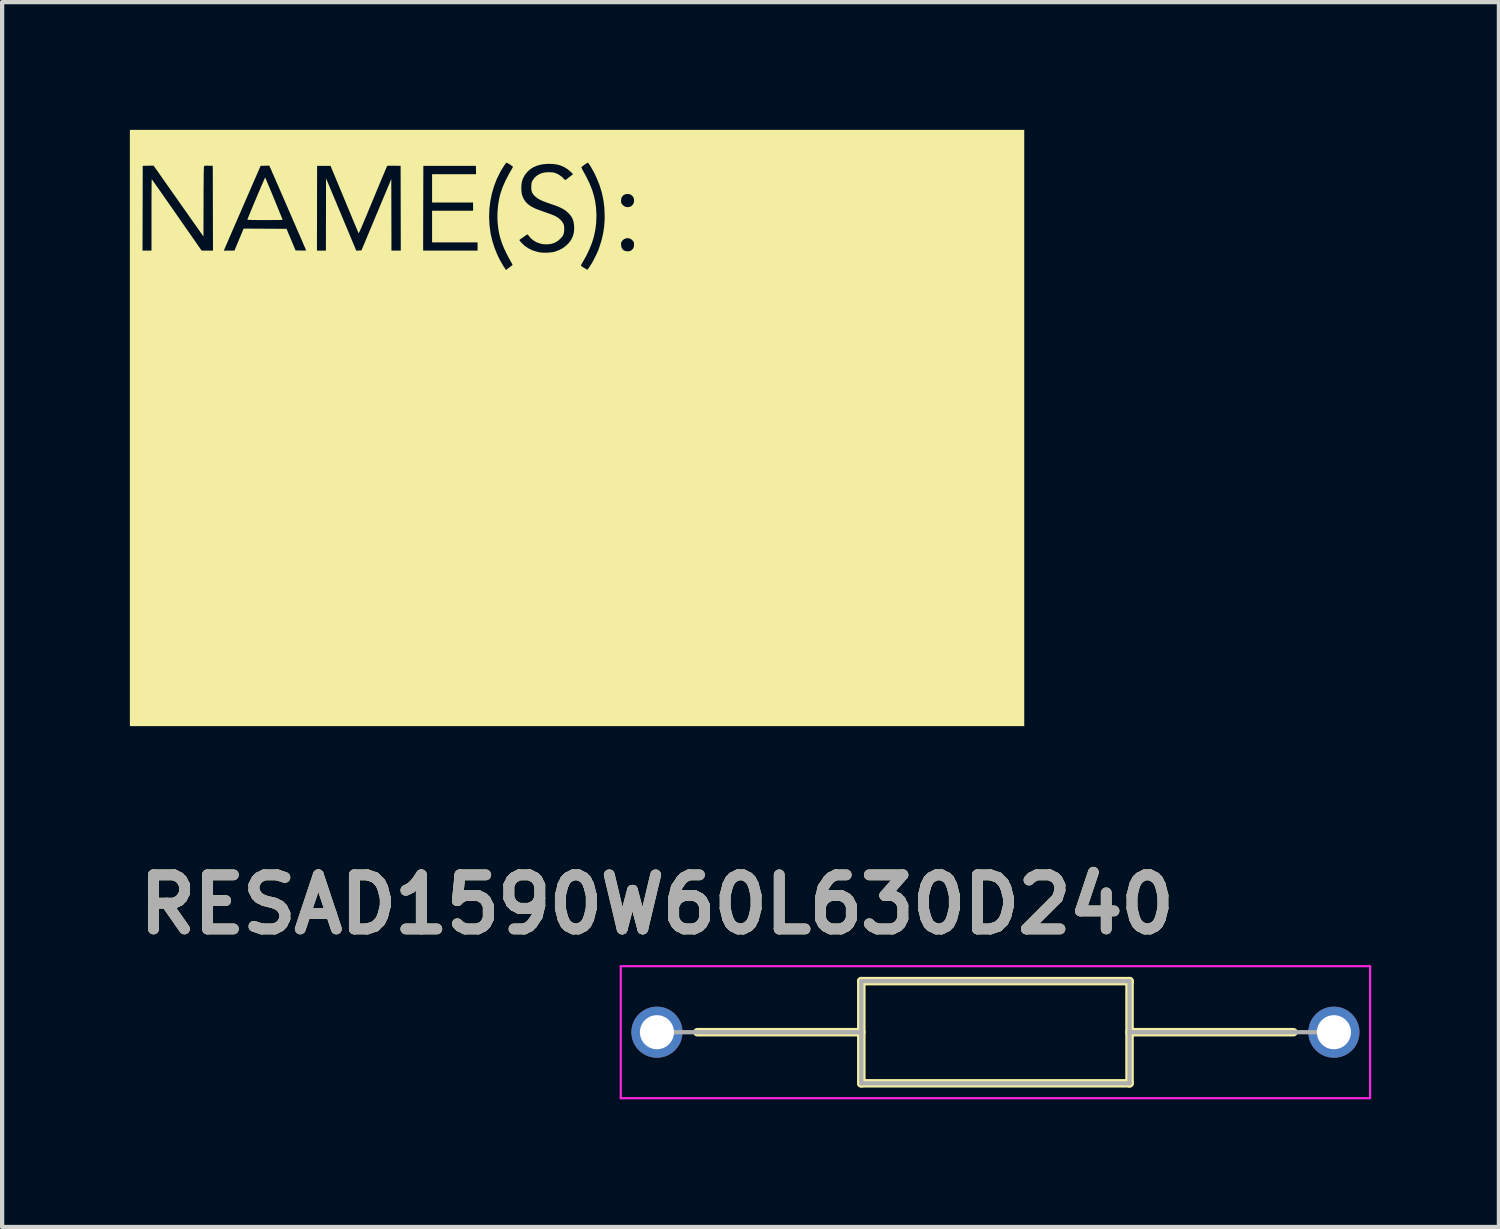
<source format=kicad_pcb>
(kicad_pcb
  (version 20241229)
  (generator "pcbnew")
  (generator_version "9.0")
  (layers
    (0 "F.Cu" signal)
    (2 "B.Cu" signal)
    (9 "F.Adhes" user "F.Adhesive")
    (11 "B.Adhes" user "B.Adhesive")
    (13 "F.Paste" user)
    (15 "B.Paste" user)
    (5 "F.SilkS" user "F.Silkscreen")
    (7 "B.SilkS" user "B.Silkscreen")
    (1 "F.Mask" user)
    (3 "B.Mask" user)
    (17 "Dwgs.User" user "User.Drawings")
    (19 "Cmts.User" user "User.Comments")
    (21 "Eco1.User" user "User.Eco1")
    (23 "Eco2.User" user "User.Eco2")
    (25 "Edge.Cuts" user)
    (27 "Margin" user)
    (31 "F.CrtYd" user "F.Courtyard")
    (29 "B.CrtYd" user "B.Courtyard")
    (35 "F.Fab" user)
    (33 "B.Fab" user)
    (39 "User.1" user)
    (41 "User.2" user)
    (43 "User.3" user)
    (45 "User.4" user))
  (footprint "name_plate"
    (layer "F.Cu")
    (at 10.503 7.002)
    (property "Reference" "name_plate" (at 0 0 0) (layer "F.SilkS") (effects (font (size 1.524 1.524) (thickness 0.3))))
    (attr board_only exclude_from_pos_files exclude_from_bom)
    (fp_poly (pts (xy -7.321 -5.875) (xy -7.311 -5.852) (xy -7.295 -5.816) (xy -7.276 -5.768) (xy -7.252 -5.712) (xy -7.225 -5.648) (xy -7.196 -5.577) (xy -7.165 -5.503) (xy -7.133 -5.426) (xy -7.101 -5.348) (xy -7.07 -5.271) (xy -7.039 -5.196) (xy -7.01 -5.126) (xy -6.984 -5.061) (xy -6.961 -5.005) (xy -6.942 -4.957) (xy -6.927 -4.921) (xy -6.918 -4.897) (xy -6.915 -4.888) (xy -6.923 -4.888) (xy -6.947 -4.887) (xy -6.986 -4.886) (xy -7.036 -4.885) (xy -7.098 -4.885) (xy -7.168 -4.884) (xy -7.246 -4.884) (xy -7.33 -4.884) (xy -7.331 -4.884) (xy -7.431 -4.884) (xy -7.514 -4.884) (xy -7.583 -4.885) (xy -7.637 -4.886) (xy -7.679 -4.887) (xy -7.709 -4.888) (xy -7.729 -4.89) (xy -7.74 -4.892) (xy -7.744 -4.894) (xy -7.744 -4.895) (xy -7.726 -4.939) (xy -7.704 -4.993) (xy -7.678 -5.056) (xy -7.65 -5.125) (xy -7.619 -5.199) (xy -7.587 -5.276) (xy -7.553 -5.356) (xy -7.52 -5.435) (xy -7.487 -5.513) (xy -7.455 -5.587) (xy -7.426 -5.657) (xy -7.398 -5.72) (xy -7.374 -5.776) (xy -7.354 -5.821) (xy -7.339 -5.856) (xy -7.329 -5.877) (xy -7.325 -5.884)) (stroke (width 0) (type solid)) (fill yes) (layer "F.SilkS"))
    (fp_poly (pts (xy 10.503 7.002) (xy -10.503 7.002) (xy -10.503 -4.166) (xy -10.206 -4.166) (xy -9.995 -4.166) (xy -9.995 -5.007) (xy -9.995 -5.127) (xy -9.995 -5.241) (xy -9.995 -5.349) (xy -9.994 -5.45) (xy -9.994 -5.541) (xy -9.993 -5.623) (xy -9.993 -5.694) (xy -9.992 -5.753) (xy -9.991 -5.798) (xy -9.99 -5.828) (xy -9.989 -5.843) (xy -9.989 -5.844) (xy -9.983 -5.836) (xy -9.968 -5.815) (xy -9.944 -5.781) (xy -9.912 -5.736) (xy -9.873 -5.68) (xy -9.826 -5.614) (xy -9.774 -5.539) (xy -9.716 -5.456) (xy -9.653 -5.366) (xy -9.585 -5.269) (xy -9.514 -5.167) (xy -9.44 -5.061) (xy -9.4 -5.003) (xy -8.818 -4.167) (xy -8.551 -4.166) (xy -8.297 -4.166) (xy -8.047 -4.166) (xy -6.109 -4.166) (xy -5.899 -4.166) (xy -5.897 -5.015) (xy -5.895 -5.863) (xy -5.186 -4.166) (xy -5.064 -4.171) (xy -4.363 -5.847) (xy -4.359 -4.166) (xy -4.14 -4.166) (xy -3.615 -4.166) (xy -2.337 -4.166) (xy -2.337 -4.359) (xy -3.405 -4.359) (xy -3.405 -4.947) (xy -2.066 -4.947) (xy -2.056 -4.759) (xy -2.031 -4.574) (xy -2.023 -4.534) (xy -1.987 -4.385) (xy -1.939 -4.235) (xy -1.881 -4.089) (xy -1.815 -3.95) (xy -1.742 -3.822) (xy -1.72 -3.787) (xy -1.669 -3.711) (xy -1.642 -3.731) (xy -1.621 -3.747) (xy -1.592 -3.769) (xy -1.565 -3.789) (xy -1.54 -3.808) (xy -1.538 -3.81) (xy 0.091 -3.81) (xy 0.104 -3.799) (xy 0.127 -3.784) (xy 0.155 -3.766) (xy 0.185 -3.749) (xy 0.213 -3.733) (xy 0.234 -3.722) (xy 0.245 -3.718) (xy 0.246 -3.718) (xy 0.253 -3.727) (xy 0.267 -3.748) (xy 0.287 -3.777) (xy 0.309 -3.811) (xy 0.348 -3.872) (xy 0.389 -3.946) (xy 0.429 -4.025) (xy 0.467 -4.105) (xy 0.5 -4.18) (xy 0.519 -4.232) (xy 0.546 -4.317) (xy 1.034 -4.317) (xy 1.034 -4.297) (xy 1.044 -4.242) (xy 1.066 -4.199) (xy 1.1 -4.17) (xy 1.146 -4.153) (xy 1.184 -4.149) (xy 1.217 -4.152) (xy 1.247 -4.158) (xy 1.255 -4.161) (xy 1.279 -4.176) (xy 1.303 -4.198) (xy 1.309 -4.206) (xy 1.324 -4.229) (xy 1.333 -4.253) (xy 1.337 -4.286) (xy 1.337 -4.297) (xy 1.338 -4.331) (xy 1.335 -4.354) (xy 1.327 -4.373) (xy 1.32 -4.384) (xy 1.283 -4.425) (xy 1.239 -4.45) (xy 1.191 -4.459) (xy 1.152 -4.455) (xy 1.106 -4.437) (xy 1.068 -4.405) (xy 1.052 -4.384) (xy 1.04 -4.365) (xy 1.035 -4.345) (xy 1.034 -4.317) (xy 0.546 -4.317) (xy 0.572 -4.398) (xy 0.61 -4.559) (xy 0.635 -4.72) (xy 0.648 -4.884) (xy 0.649 -4.971) (xy 0.642 -5.165) (xy 0.624 -5.315) (xy 1.034 -5.315) (xy 1.037 -5.291) (xy 1.045 -5.272) (xy 1.052 -5.261) (xy 1.089 -5.221) (xy 1.133 -5.196) (xy 1.181 -5.186) (xy 1.231 -5.192) (xy 1.262 -5.204) (xy 1.293 -5.228) (xy 1.319 -5.261) (xy 1.335 -5.297) (xy 1.335 -5.3) (xy 1.339 -5.357) (xy 1.328 -5.406) (xy 1.304 -5.446) (xy 1.268 -5.476) (xy 1.222 -5.493) (xy 1.186 -5.497) (xy 1.134 -5.49) (xy 1.092 -5.469) (xy 1.063 -5.439) (xy 1.048 -5.416) (xy 1.039 -5.392) (xy 1.035 -5.359) (xy 1.034 -5.349) (xy 1.034 -5.315) (xy 0.624 -5.315) (xy 0.619 -5.352) (xy 0.581 -5.533) (xy 0.526 -5.71) (xy 0.454 -5.885) (xy 0.417 -5.964) (xy 0.388 -6.019) (xy 0.358 -6.073) (xy 0.33 -6.122) (xy 0.304 -6.165) (xy 0.282 -6.198) (xy 0.264 -6.222) (xy 0.253 -6.232) (xy 0.252 -6.232) (xy 0.242 -6.227) (xy 0.222 -6.214) (xy 0.195 -6.196) (xy 0.166 -6.176) (xy 0.138 -6.155) (xy 0.114 -6.137) (xy 0.102 -6.127) (xy 0.103 -6.117) (xy 0.112 -6.095) (xy 0.127 -6.065) (xy 0.147 -6.03) (xy 0.147 -6.029) (xy 0.229 -5.878) (xy 0.297 -5.735) (xy 0.353 -5.595) (xy 0.395 -5.459) (xy 0.426 -5.322) (xy 0.445 -5.183) (xy 0.454 -5.038) (xy 0.455 -4.976) (xy 0.449 -4.813) (xy 0.429 -4.655) (xy 0.397 -4.5) (xy 0.35 -4.347) (xy 0.288 -4.192) (xy 0.212 -4.035) (xy 0.136 -3.901) (xy 0.116 -3.867) (xy 0.101 -3.838) (xy 0.092 -3.818) (xy 0.091 -3.81) (xy -1.538 -3.81) (xy -1.522 -3.823) (xy -1.514 -3.83) (xy -1.514 -3.831) (xy -1.518 -3.839) (xy -1.529 -3.86) (xy -1.546 -3.892) (xy -1.568 -3.93) (xy -1.585 -3.961) (xy -1.656 -4.095) (xy -1.715 -4.22) (xy -1.764 -4.34) (xy -1.788 -4.415) (xy -1.356 -4.415) (xy -1.352 -4.407) (xy -1.339 -4.39) (xy -1.319 -4.366) (xy -1.309 -4.354) (xy -1.233 -4.281) (xy -1.144 -4.22) (xy -1.045 -4.172) (xy -0.933 -4.137) (xy -0.884 -4.127) (xy -0.829 -4.12) (xy -0.763 -4.117) (xy -0.694 -4.118) (xy -0.626 -4.123) (xy -0.565 -4.131) (xy -0.527 -4.14) (xy -0.425 -4.177) (xy -0.332 -4.226) (xy -0.251 -4.288) (xy -0.182 -4.359) (xy -0.138 -4.422) (xy -0.099 -4.503) (xy -0.075 -4.591) (xy -0.067 -4.688) (xy -0.071 -4.77) (xy -0.083 -4.843) (xy -0.102 -4.905) (xy -0.131 -4.96) (xy -0.171 -5.013) (xy -0.226 -5.069) (xy -0.227 -5.07) (xy -0.268 -5.104) (xy -0.314 -5.135) (xy -0.369 -5.165) (xy -0.433 -5.195) (xy -0.511 -5.225) (xy -0.603 -5.257) (xy -0.617 -5.262) (xy -0.707 -5.293) (xy -0.782 -5.321) (xy -0.844 -5.348) (xy -0.895 -5.374) (xy -0.938 -5.401) (xy -0.975 -5.43) (xy -0.993 -5.447) (xy -1.029 -5.486) (xy -1.053 -5.525) (xy -1.068 -5.567) (xy -1.075 -5.616) (xy -1.075 -5.678) (xy -1.075 -5.684) (xy -1.072 -5.726) (xy -1.068 -5.757) (xy -1.06 -5.782) (xy -1.047 -5.809) (xy -1.046 -5.811) (xy -1.003 -5.872) (xy -0.947 -5.924) (xy -0.889 -5.96) (xy -0.84 -5.981) (xy -0.793 -5.995) (xy -0.742 -6.003) (xy -0.68 -6.007) (xy -0.656 -6.007) (xy -0.607 -6.006) (xy -0.568 -6.003) (xy -0.535 -5.996) (xy -0.508 -5.988) (xy -0.431 -5.952) (xy -0.362 -5.904) (xy -0.32 -5.862) (xy -0.295 -5.837) (xy -0.278 -5.825) (xy -0.27 -5.826) (xy -0.259 -5.834) (xy -0.237 -5.85) (xy -0.208 -5.872) (xy -0.179 -5.894) (xy -0.148 -5.918) (xy -0.122 -5.939) (xy -0.104 -5.953) (xy -0.097 -5.958) (xy -0.1 -5.966) (xy -0.113 -5.982) (xy -0.135 -6.003) (xy -0.161 -6.028) (xy -0.189 -6.052) (xy -0.217 -6.074) (xy -0.223 -6.078) (xy -0.301 -6.127) (xy -0.383 -6.163) (xy -0.47 -6.188) (xy -0.566 -6.201) (xy -0.673 -6.204) (xy -0.708 -6.203) (xy -0.821 -6.191) (xy -0.925 -6.166) (xy -1.018 -6.128) (xy -1.099 -6.078) (xy -1.169 -6.015) (xy -1.227 -5.941) (xy -1.272 -5.855) (xy -1.292 -5.798) (xy -1.302 -5.749) (xy -1.308 -5.69) (xy -1.309 -5.625) (xy -1.306 -5.56) (xy -1.298 -5.502) (xy -1.289 -5.466) (xy -1.257 -5.388) (xy -1.214 -5.32) (xy -1.157 -5.261) (xy -1.086 -5.208) (xy -1.003 -5.164) (xy -0.973 -5.15) (xy -0.93 -5.133) (xy -0.878 -5.114) (xy -0.82 -5.093) (xy -0.761 -5.072) (xy -0.75 -5.068) (xy -0.692 -5.048) (xy -0.636 -5.028) (xy -0.584 -5.008) (xy -0.542 -4.991) (xy -0.511 -4.977) (xy -0.506 -4.975) (xy -0.444 -4.937) (xy -0.39 -4.891) (xy -0.346 -4.84) (xy -0.326 -4.806) (xy -0.315 -4.781) (xy -0.308 -4.758) (xy -0.304 -4.732) (xy -0.302 -4.698) (xy -0.302 -4.67) (xy -0.304 -4.613) (xy -0.312 -4.568) (xy -0.327 -4.53) (xy -0.351 -4.492) (xy -0.385 -4.453) (xy -0.449 -4.395) (xy -0.522 -4.352) (xy -0.603 -4.325) (xy -0.692 -4.313) (xy -0.788 -4.316) (xy -0.873 -4.333) (xy -0.953 -4.363) (xy -1.026 -4.406) (xy -1.088 -4.458) (xy -1.125 -4.502) (xy -1.144 -4.526) (xy -1.159 -4.542) (xy -1.169 -4.548) (xy -1.169 -4.547) (xy -1.178 -4.542) (xy -1.198 -4.528) (xy -1.226 -4.509) (xy -1.257 -4.487) (xy -1.289 -4.464) (xy -1.318 -4.443) (xy -1.341 -4.427) (xy -1.354 -4.416) (xy -1.356 -4.415) (xy -1.788 -4.415) (xy -1.802 -4.457) (xy -1.831 -4.574) (xy -1.852 -4.695) (xy -1.865 -4.822) (xy -1.866 -4.826) (xy -1.871 -4.955) (xy -1.867 -5.089) (xy -1.855 -5.225) (xy -1.835 -5.356) (xy -1.807 -5.478) (xy -1.797 -5.514) (xy -1.746 -5.661) (xy -1.679 -5.813) (xy -1.597 -5.97) (xy -1.562 -6.03) (xy -1.541 -6.067) (xy -1.523 -6.098) (xy -1.511 -6.122) (xy -1.506 -6.133) (xy -1.505 -6.134) (xy -1.512 -6.142) (xy -1.531 -6.156) (xy -1.556 -6.174) (xy -1.585 -6.193) (xy -1.614 -6.21) (xy -1.638 -6.224) (xy -1.654 -6.231) (xy -1.657 -6.232) (xy -1.666 -6.224) (xy -1.682 -6.205) (xy -1.704 -6.174) (xy -1.728 -6.137) (xy -1.755 -6.094) (xy -1.783 -6.049) (xy -1.802 -6.015) (xy -1.883 -5.853) (xy -1.949 -5.682) (xy -2.001 -5.504) (xy -2.038 -5.321) (xy -2.06 -5.134) (xy -2.066 -4.947) (xy -3.405 -4.947) (xy -3.405 -5.103) (xy -2.442 -5.103) (xy -2.442 -5.295) (xy -3.405 -5.295) (xy -3.405 -5.961) (xy -2.371 -5.961) (xy -2.374 -6.059) (xy -2.376 -6.157) (xy -3.61 -6.157) (xy -3.613 -5.162) (xy -3.615 -4.166) (xy -4.14 -4.166) (xy -4.142 -5.162) (xy -4.144 -6.157) (xy -4.298 -6.16) (xy -4.358 -6.16) (xy -4.402 -6.16) (xy -4.433 -6.159) (xy -4.451 -6.156) (xy -4.46 -6.152) (xy -4.461 -6.151) (xy -4.466 -6.142) (xy -4.476 -6.117) (xy -4.493 -6.078) (xy -4.515 -6.027) (xy -4.541 -5.964) (xy -4.572 -5.89) (xy -4.607 -5.807) (xy -4.645 -5.716) (xy -4.686 -5.617) (xy -4.73 -5.512) (xy -4.775 -5.402) (xy -4.797 -5.35) (xy -4.852 -5.217) (xy -4.901 -5.1) (xy -4.943 -4.997) (xy -4.981 -4.908) (xy -5.013 -4.832) (xy -5.04 -4.767) (xy -5.063 -4.714) (xy -5.082 -4.671) (xy -5.097 -4.637) (xy -5.109 -4.612) (xy -5.119 -4.594) (xy -5.125 -4.583) (xy -5.13 -4.578) (xy -5.133 -4.578) (xy -5.133 -4.578) (xy -5.138 -4.589) (xy -5.149 -4.615) (xy -5.165 -4.655) (xy -5.187 -4.707) (xy -5.214 -4.771) (xy -5.245 -4.845) (xy -5.28 -4.929) (xy -5.318 -5.021) (xy -5.359 -5.12) (xy -5.403 -5.225) (xy -5.448 -5.335) (xy -5.466 -5.378) (xy -5.79 -6.157) (xy -6.105 -6.157) (xy -6.107 -5.162) (xy -6.109 -4.166) (xy -8.047 -4.166) (xy -7.831 -4.683) (xy -6.824 -4.678) (xy -6.717 -4.424) (xy -6.611 -4.171) (xy -6.487 -4.168) (xy -6.443 -4.168) (xy -6.405 -4.168) (xy -6.378 -4.169) (xy -6.364 -4.17) (xy -6.363 -4.171) (xy -6.367 -4.179) (xy -6.376 -4.203) (xy -6.392 -4.24) (xy -6.414 -4.289) (xy -6.44 -4.35) (xy -6.47 -4.421) (xy -6.505 -4.501) (xy -6.543 -4.588) (xy -6.584 -4.682) (xy -6.627 -4.782) (xy -6.672 -4.885) (xy -6.718 -4.992) (xy -6.765 -5.1) (xy -6.812 -5.209) (xy -6.859 -5.318) (xy -6.906 -5.424) (xy -6.951 -5.528) (xy -6.994 -5.627) (xy -7.035 -5.721) (xy -7.073 -5.809) (xy -7.108 -5.889) (xy -7.139 -5.959) (xy -7.166 -6.02) (xy -7.187 -6.07) (xy -7.204 -6.107) (xy -7.214 -6.13) (xy -7.218 -6.138) (xy -7.23 -6.162) (xy -7.432 -6.157) (xy -7.839 -5.221) (xy -7.892 -5.098) (xy -7.944 -4.98) (xy -7.994 -4.865) (xy -8.041 -4.757) (xy -8.085 -4.656) (xy -8.125 -4.562) (xy -8.162 -4.478) (xy -8.194 -4.404) (xy -8.221 -4.341) (xy -8.243 -4.291) (xy -8.259 -4.253) (xy -8.269 -4.231) (xy -8.271 -4.225) (xy -8.297 -4.166) (xy -8.551 -4.166) (xy -8.553 -5.162) (xy -8.556 -6.157) (xy -8.653 -6.16) (xy -8.699 -6.161) (xy -8.73 -6.159) (xy -8.749 -6.156) (xy -8.759 -6.151) (xy -8.76 -6.15) (xy -8.762 -6.143) (xy -8.763 -6.125) (xy -8.765 -6.095) (xy -8.766 -6.054) (xy -8.768 -6) (xy -8.769 -5.932) (xy -8.769 -5.851) (xy -8.77 -5.755) (xy -8.771 -5.643) (xy -8.772 -5.516) (xy -8.772 -5.372) (xy -8.772 -5.317) (xy -8.774 -4.497) (xy -9.36 -5.329) (xy -9.946 -6.162) (xy -10.073 -6.16) (xy -10.201 -6.157) (xy -10.203 -5.162) (xy -10.206 -4.166) (xy -10.503 -4.166) (xy -10.503 -7.002) (xy 10.503 -7.002)) (stroke (width 0) (type solid)) (fill yes) (layer "F.SilkS")))
  (footprint "RESAD1590W60L630D240"
    (layer "F.Cu")
    (at 20.329 21.193)
    (property "Reference" "RESAD1590W60L630D240" (at -7.95 -3 0) (layer "F.SilkS") (effects (font (size 1.27 1.27) (thickness 0.254))))
    (attr through_hole)
    (fp_line (start -7 0) (end -3.15 0) (stroke (width 0.2) (type solid)) (layer "F.SilkS"))
    (fp_line (start -3.15 -1.2) (end 3.15 -1.2) (stroke (width 0.2) (type solid)) (layer "F.SilkS"))
    (fp_line (start -3.15 1.2) (end -3.15 -1.2) (stroke (width 0.2) (type solid)) (layer "F.SilkS"))
    (fp_line (start 3.15 -1.2) (end 3.15 1.2) (stroke (width 0.2) (type solid)) (layer "F.SilkS"))
    (fp_line (start 3.15 0) (end 7 0) (stroke (width 0.2) (type solid)) (layer "F.SilkS"))
    (fp_line (start 3.15 1.2) (end -3.15 1.2) (stroke (width 0.2) (type solid)) (layer "F.SilkS"))
    (fp_line (start -8.8 -1.55) (end 8.8 -1.55) (stroke (width 0.05) (type solid)) (layer "F.CrtYd"))
    (fp_line (start -8.8 1.55) (end -8.8 -1.55) (stroke (width 0.05) (type solid)) (layer "F.CrtYd"))
    (fp_line (start 8.8 -1.55) (end 8.8 1.55) (stroke (width 0.05) (type solid)) (layer "F.CrtYd"))
    (fp_line (start 8.8 1.55) (end -8.8 1.55) (stroke (width 0.05) (type solid)) (layer "F.CrtYd"))
    (fp_line (start -7.95 0) (end -3.15 0) (stroke (width 0.1) (type solid)) (layer "F.Fab"))
    (fp_line (start -3.15 -1.2) (end 3.15 -1.2) (stroke (width 0.1) (type solid)) (layer "F.Fab"))
    (fp_line (start -3.15 1.2) (end -3.15 -1.2) (stroke (width 0.1) (type solid)) (layer "F.Fab"))
    (fp_line (start 3.15 -1.2) (end 3.15 1.2) (stroke (width 0.1) (type solid)) (layer "F.Fab"))
    (fp_line (start 3.15 0) (end 7.95 0) (stroke (width 0.1) (type solid)) (layer "F.Fab"))
    (fp_line (start 3.15 1.2) (end -3.15 1.2) (stroke (width 0.1) (type solid)) (layer "F.Fab"))
    (fp_text user "${REFERENCE}" (at -7.95 -3 0) (layer "F.Fab") (effects (font (size 1.27 1.27) (thickness 0.254))))
    (pad "1" thru_hole circle (at -7.95 0) (size 1.2 1.2) (drill 0.8) (layers "*.Cu" "*.Mask"))
    (pad "2" thru_hole circle (at 7.95 0) (size 1.2 1.2) (drill 0.8) (layers "*.Cu" "*.Mask")))
  (gr_rect
    (start -3 -3)
    (end 32.154 25.768)
    (stroke (width 0.1) (type default))
    (fill no)
    (layer "Edge.Cuts")))
</source>
